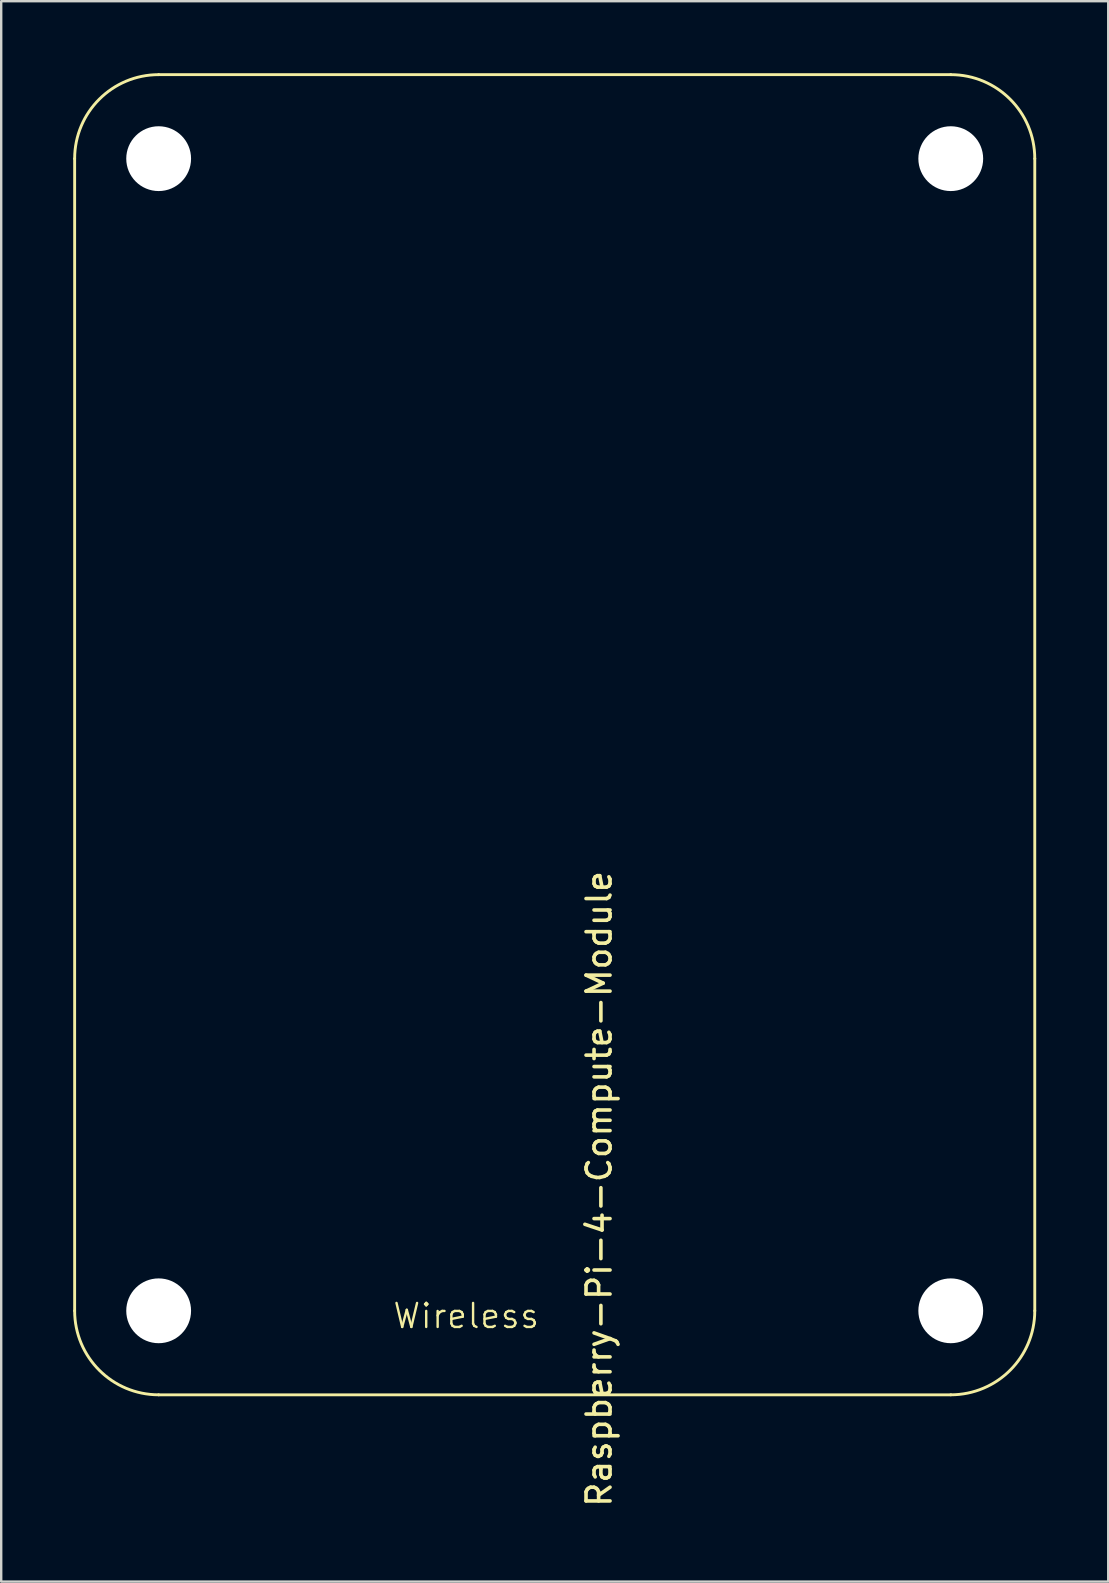
<source format=kicad_pcb>
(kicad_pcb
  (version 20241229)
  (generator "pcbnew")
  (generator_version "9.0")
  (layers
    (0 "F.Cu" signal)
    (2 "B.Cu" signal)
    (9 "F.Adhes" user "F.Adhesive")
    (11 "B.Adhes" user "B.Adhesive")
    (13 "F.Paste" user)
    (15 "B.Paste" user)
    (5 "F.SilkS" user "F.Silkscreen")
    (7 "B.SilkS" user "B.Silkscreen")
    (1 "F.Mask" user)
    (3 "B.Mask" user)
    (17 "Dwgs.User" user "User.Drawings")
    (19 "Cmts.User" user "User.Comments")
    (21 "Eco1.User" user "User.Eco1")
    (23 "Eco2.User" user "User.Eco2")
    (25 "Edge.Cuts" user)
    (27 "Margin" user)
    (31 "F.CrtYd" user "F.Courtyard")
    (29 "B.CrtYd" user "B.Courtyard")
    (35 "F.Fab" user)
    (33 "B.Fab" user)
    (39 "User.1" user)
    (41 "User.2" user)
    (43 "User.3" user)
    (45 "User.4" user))
  (footprint "Raspberry-Pi-4-Compute-Module"
    (layer "F.Cu")
    (at 20.06 27.56)
    (property "Reference" "Raspberry-Pi-4-Compute-Module" (at 1.85 18.92 270) (layer "F.SilkS") (effects (font (size 1 1) (thickness 0.15))))
    (attr smd)
    (fp_line (start -20 -24) (end -20 24) (stroke (width 0.12) (type solid)) (layer "F.SilkS"))
    (fp_line (start -16.5 27.5) (end 16.5 27.5) (stroke (width 0.12) (type solid)) (layer "F.SilkS"))
    (fp_line (start 16.5 -27.5) (end -16.5 -27.5) (stroke (width 0.12) (type solid)) (layer "F.SilkS"))
    (fp_line (start 20 24) (end 20 -24) (stroke (width 0.12) (type solid)) (layer "F.SilkS"))
    (fp_arc (start -20 -24) (mid -18.974874 -26.474874) (end -16.5 -27.5) (stroke (width 0.12) (type solid)) (layer "F.SilkS"))
    (fp_arc (start -16.5 27.5) (mid -18.974874 26.474874) (end -20 24) (stroke (width 0.12) (type solid)) (layer "F.SilkS"))
    (fp_arc (start 16.5 -27.5) (mid 18.974874 -26.474874) (end 20 -24) (stroke (width 0.12) (type solid)) (layer "F.SilkS"))
    (fp_arc (start 20 24) (mid 18.974874 26.474874) (end 16.5 27.5) (stroke (width 0.12) (type solid)) (layer "F.SilkS"))
    (fp_text user "Wireless" (at -6.8 24.8 0) (unlocked yes) (layer "F.SilkS") (effects (font (size 1 1) (thickness 0.1)) (justify left bottom)))
    (pad "" np_thru_hole circle (at -16.5 -24) (size 2.7 2.7) (drill 2.7) (layers "*.Cu" "*.Mask"))
    (pad "" np_thru_hole circle (at -16.5 24) (size 2.7 2.7) (drill 2.7) (layers "*.Cu" "*.Mask"))
    (pad "" np_thru_hole circle (at 16.5 -24) (size 2.7 2.7) (drill 2.7) (layers "*.Cu" "*.Mask"))
    (pad "" np_thru_hole circle (at 16.5 24) (size 2.7 2.7) (drill 2.7) (layers "*.Cu" "*.Mask"))
    (zone (net_name "") (layers "F.Cu" "B.Cu") (hatch edge 0.5) (connect_pads) (min_thickness 0.25) (filled_areas_thickness no) (keepout (tracks not_allowed) (vias not_allowed) (pads not_allowed) (copperpour not_allowed) (footprints not_allowed)) (placement (enabled no)) (fill) (polygon (pts (xy 21.56 55.06) (xy 21.56 48.56) (xy 10.56 48.56) (xy 10.56 55.06)))))
  (gr_rect
    (start -3 -3)
    (end 43.12 62.843)
    (stroke (width 0.1) (type default))
    (fill no)
    (layer "Edge.Cuts")))
</source>
